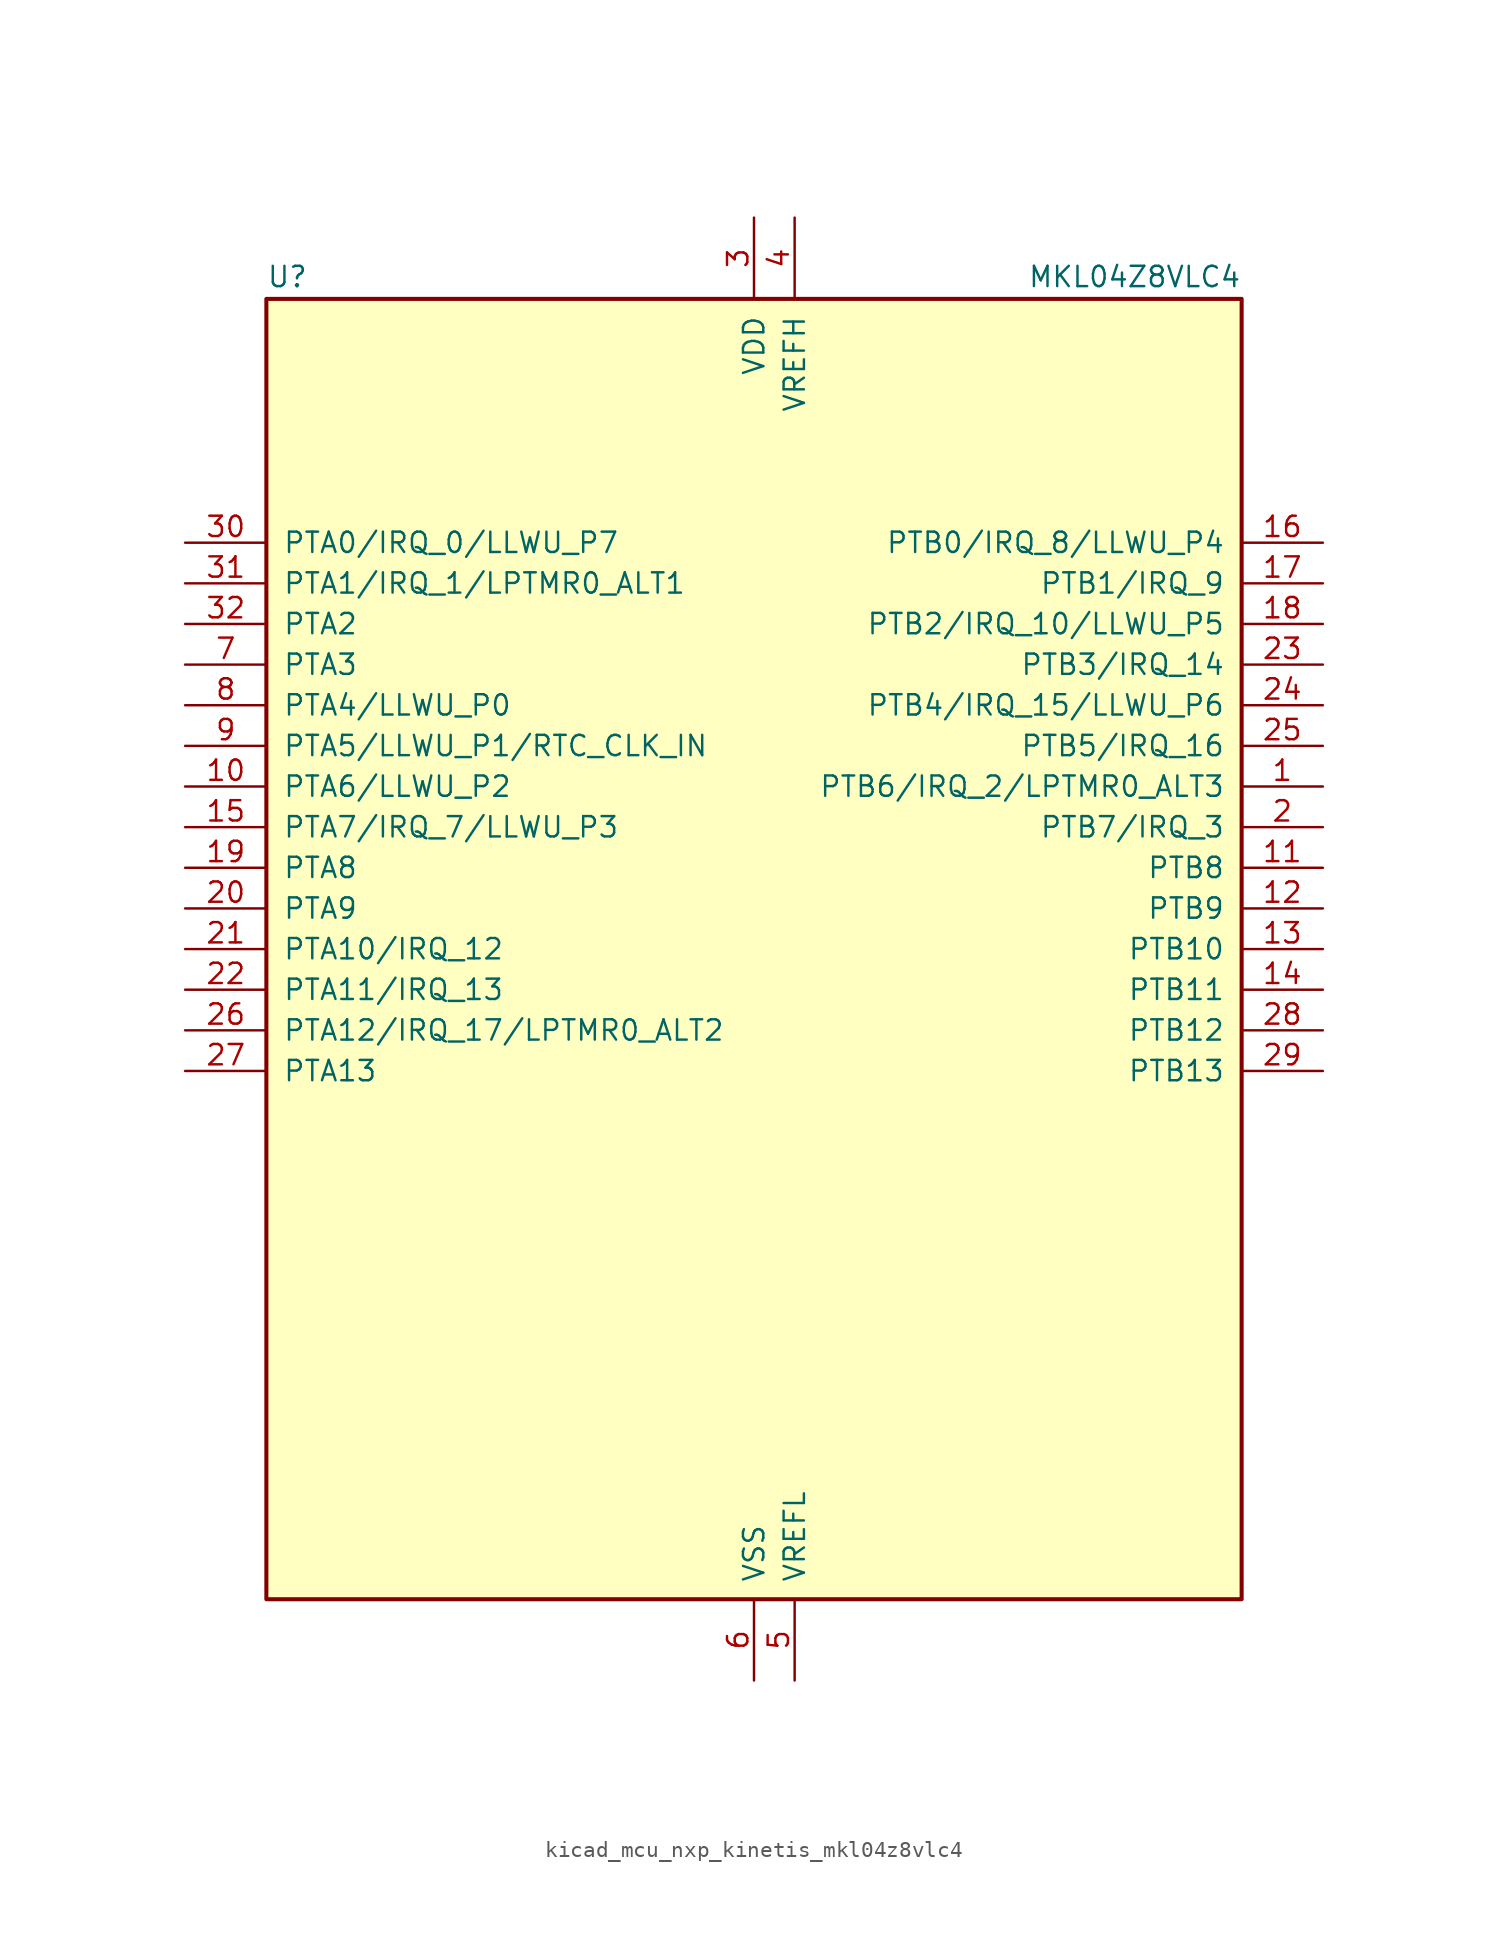
<source format=kicad_sym>
(kicad_symbol_lib
  (version 20220914)
  (generator kicad_symbol_editor)
  (symbol "kicad_mcu_nxp_kinetis_mkl04z8vlc4"
    (pin_names
      (offset 1.016))
    (property "Reference" "U"
      (at -30.48 41.275 0)
      (effects (font (size 1.27 1.27)) (justify left bottom)))
    (property "Value" "MKL04Z8VLC4"
      (at 30.48 41.275 0)
      (effects (font (size 1.27 1.27)) (justify right bottom)))
    (symbol "kicad_mcu_nxp_kinetis_mkl04z8vlc4_0_1"
      (rectangle (start -30.48 40.64) (end 30.48 -40.64) (stroke (width 0.254) (type default)) (fill (type background))))
    (symbol "kicad_mcu_nxp_kinetis_mkl04z8vlc4_1_1"
      (pin bidirectional line (at 35.56 10.16 180) (length 5.08) (name "PTB6/IRQ_2/LPTMR0_ALT3" (effects (font (size 1.27 1.27)))) (number "1" (effects (font (size 1.27 1.27)))))
      (pin bidirectional line (at -35.56 10.16 0) (length 5.08) (name "PTA6/LLWU_P2" (effects (font (size 1.27 1.27)))) (number "10" (effects (font (size 1.27 1.27)))))
      (pin bidirectional line (at 35.56 5.08 180) (length 5.08) (name "PTB8" (effects (font (size 1.27 1.27)))) (number "11" (effects (font (size 1.27 1.27)))))
      (pin bidirectional line (at 35.56 2.54 180) (length 5.08) (name "PTB9" (effects (font (size 1.27 1.27)))) (number "12" (effects (font (size 1.27 1.27)))))
      (pin bidirectional line (at 35.56 0 180) (length 5.08) (name "PTB10" (effects (font (size 1.27 1.27)))) (number "13" (effects (font (size 1.27 1.27)))))
      (pin bidirectional line (at 35.56 -2.54 180) (length 5.08) (name "PTB11" (effects (font (size 1.27 1.27)))) (number "14" (effects (font (size 1.27 1.27)))))
      (pin bidirectional line (at -35.56 7.62 0) (length 5.08) (name "PTA7/IRQ_7/LLWU_P3" (effects (font (size 1.27 1.27)))) (number "15" (effects (font (size 1.27 1.27)))))
      (pin bidirectional line (at 35.56 25.4 180) (length 5.08) (name "PTB0/IRQ_8/LLWU_P4" (effects (font (size 1.27 1.27)))) (number "16" (effects (font (size 1.27 1.27)))))
      (pin bidirectional line (at 35.56 22.86 180) (length 5.08) (name "PTB1/IRQ_9" (effects (font (size 1.27 1.27)))) (number "17" (effects (font (size 1.27 1.27)))))
      (pin bidirectional line (at 35.56 20.32 180) (length 5.08) (name "PTB2/IRQ_10/LLWU_P5" (effects (font (size 1.27 1.27)))) (number "18" (effects (font (size 1.27 1.27)))))
      (pin bidirectional line (at -35.56 5.08 0) (length 5.08) (name "PTA8" (effects (font (size 1.27 1.27)))) (number "19" (effects (font (size 1.27 1.27)))))
      (pin bidirectional line (at 35.56 7.62 180) (length 5.08) (name "PTB7/IRQ_3" (effects (font (size 1.27 1.27)))) (number "2" (effects (font (size 1.27 1.27)))))
      (pin bidirectional line (at -35.56 2.54 0) (length 5.08) (name "PTA9" (effects (font (size 1.27 1.27)))) (number "20" (effects (font (size 1.27 1.27)))))
      (pin bidirectional line (at -35.56 0 0) (length 5.08) (name "PTA10/IRQ_12" (effects (font (size 1.27 1.27)))) (number "21" (effects (font (size 1.27 1.27)))))
      (pin bidirectional line (at -35.56 -2.54 0) (length 5.08) (name "PTA11/IRQ_13" (effects (font (size 1.27 1.27)))) (number "22" (effects (font (size 1.27 1.27)))))
      (pin bidirectional line (at 35.56 17.78 180) (length 5.08) (name "PTB3/IRQ_14" (effects (font (size 1.27 1.27)))) (number "23" (effects (font (size 1.27 1.27)))))
      (pin bidirectional line (at 35.56 15.24 180) (length 5.08) (name "PTB4/IRQ_15/LLWU_P6" (effects (font (size 1.27 1.27)))) (number "24" (effects (font (size 1.27 1.27)))))
      (pin bidirectional line (at 35.56 12.7 180) (length 5.08) (name "PTB5/IRQ_16" (effects (font (size 1.27 1.27)))) (number "25" (effects (font (size 1.27 1.27)))))
      (pin bidirectional line (at -35.56 -5.08 0) (length 5.08) (name "PTA12/IRQ_17/LPTMR0_ALT2" (effects (font (size 1.27 1.27)))) (number "26" (effects (font (size 1.27 1.27)))))
      (pin bidirectional line (at -35.56 -7.62 0) (length 5.08) (name "PTA13" (effects (font (size 1.27 1.27)))) (number "27" (effects (font (size 1.27 1.27)))))
      (pin bidirectional line (at 35.56 -5.08 180) (length 5.08) (name "PTB12" (effects (font (size 1.27 1.27)))) (number "28" (effects (font (size 1.27 1.27)))))
      (pin bidirectional line (at 35.56 -7.62 180) (length 5.08) (name "PTB13" (effects (font (size 1.27 1.27)))) (number "29" (effects (font (size 1.27 1.27)))))
      (pin power_in line (at 0 45.72 270) (length 5.08) (name "VDD" (effects (font (size 1.27 1.27)))) (number "3" (effects (font (size 1.27 1.27)))))
      (pin bidirectional line (at -35.56 25.4 0) (length 5.08) (name "PTA0/IRQ_0/LLWU_P7" (effects (font (size 1.27 1.27)))) (number "30" (effects (font (size 1.27 1.27)))))
      (pin bidirectional line (at -35.56 22.86 0) (length 5.08) (name "PTA1/IRQ_1/LPTMR0_ALT1" (effects (font (size 1.27 1.27)))) (number "31" (effects (font (size 1.27 1.27)))))
      (pin bidirectional line (at -35.56 20.32 0) (length 5.08) (name "PTA2" (effects (font (size 1.27 1.27)))) (number "32" (effects (font (size 1.27 1.27)))))
      (pin power_in line (at 2.54 45.72 270) (length 5.08) (name "VREFH" (effects (font (size 1.27 1.27)))) (number "4" (effects (font (size 1.27 1.27)))))
      (pin power_in line (at 2.54 -45.72 90) (length 5.08) (name "VREFL" (effects (font (size 1.27 1.27)))) (number "5" (effects (font (size 1.27 1.27)))))
      (pin power_in line (at 0 -45.72 90) (length 5.08) (name "VSS" (effects (font (size 1.27 1.27)))) (number "6" (effects (font (size 1.27 1.27)))))
      (pin bidirectional line (at -35.56 17.78 0) (length 5.08) (name "PTA3" (effects (font (size 1.27 1.27)))) (number "7" (effects (font (size 1.27 1.27)))))
      (pin bidirectional line (at -35.56 15.24 0) (length 5.08) (name "PTA4/LLWU_P0" (effects (font (size 1.27 1.27)))) (number "8" (effects (font (size 1.27 1.27)))))
      (pin bidirectional line (at -35.56 12.7 0) (length 5.08) (name "PTA5/LLWU_P1/RTC_CLK_IN" (effects (font (size 1.27 1.27)))) (number "9" (effects (font (size 1.27 1.27))))))))
</source>
